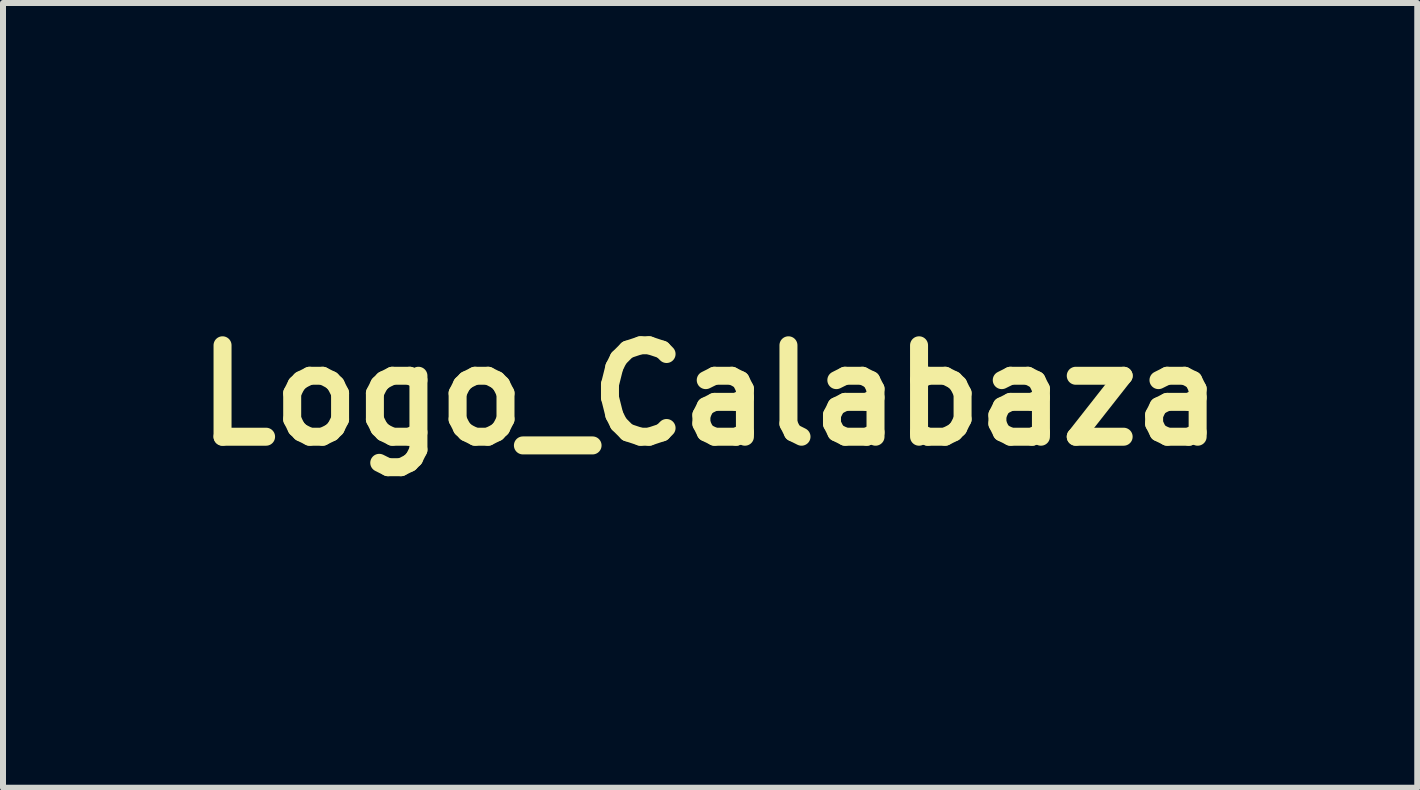
<source format=kicad_pcb>
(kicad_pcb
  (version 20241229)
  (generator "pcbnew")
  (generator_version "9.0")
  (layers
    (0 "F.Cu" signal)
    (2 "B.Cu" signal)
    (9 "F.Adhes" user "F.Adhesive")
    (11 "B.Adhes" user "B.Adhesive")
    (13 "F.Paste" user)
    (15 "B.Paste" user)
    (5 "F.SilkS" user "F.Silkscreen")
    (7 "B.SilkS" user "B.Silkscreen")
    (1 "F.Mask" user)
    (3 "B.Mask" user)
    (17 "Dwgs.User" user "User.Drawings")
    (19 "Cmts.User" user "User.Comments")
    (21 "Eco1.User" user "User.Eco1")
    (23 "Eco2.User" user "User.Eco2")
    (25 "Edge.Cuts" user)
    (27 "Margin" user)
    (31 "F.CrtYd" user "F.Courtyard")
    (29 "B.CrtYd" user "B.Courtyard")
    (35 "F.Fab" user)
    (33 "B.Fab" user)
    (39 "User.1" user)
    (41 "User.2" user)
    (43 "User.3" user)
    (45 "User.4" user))
  (footprint "Logo_Calabaza"
    (layer "F.Cu")
    (at 8.788 3.541)
    (property "Reference" "Logo_Calabaza" (at 0 0 0) (layer "F.SilkS") (effects (font (size 1.524 1.524) (thickness 0.3))))
    (attr through_hole)
    (fp_poly (pts (xy 2.938 -0.448) (xy 3.935 -0.448) (xy 3.935 2.44) (xy 2.938 2.44) (xy 2.938 3.436) (xy -2.938 3.436) (xy -2.938 2.44) (xy -3.935 2.44) (xy -3.935 -0.448) (xy -2.938 -0.448) (xy -2.938 -1.444) (xy 2.938 -1.444)) (stroke (width 0.1) (type solid)) (fill yes) (layer "F.Mask"))
    (fp_poly (pts (xy 1.046 -2.44) (xy 0.05 -2.44) (xy 0.05 -1.544) (xy 3.038 -1.544) (xy 3.038 -0.548) (xy 4.034 -0.548) (xy 4.034 2.54) (xy 3.038 2.54) (xy 3.038 3.536) (xy -3.038 3.536) (xy -3.038 2.54) (xy -4.034 2.54) (xy -4.034 -0.448) (xy -3.935 -0.448) (xy -3.935 2.44) (xy -2.938 2.44) (xy -2.938 3.436) (xy 2.938 3.436) (xy 2.938 2.44) (xy 3.935 2.44) (xy 3.935 -0.448) (xy 2.938 -0.448) (xy 2.938 -1.444) (xy -2.938 -1.444) (xy -2.938 -0.448) (xy -3.935 -0.448) (xy -4.034 -0.448) (xy -4.034 -0.548) (xy -3.038 -0.548) (xy -3.038 -1.544) (xy -1.046 -1.544) (xy -1.046 -2.54) (xy -0.05 -2.54) (xy -0.05 -3.536) (xy 1.046 -3.536) (xy 1.046 -2.44)) (stroke (width 0.01) (type solid)) (fill yes) (layer "F.Mask")))
  (gr_rect
    (start -3 -3)
    (end 20.577 10.082)
    (stroke (width 0.1) (type default))
    (fill no)
    (layer "Edge.Cuts")))
</source>
